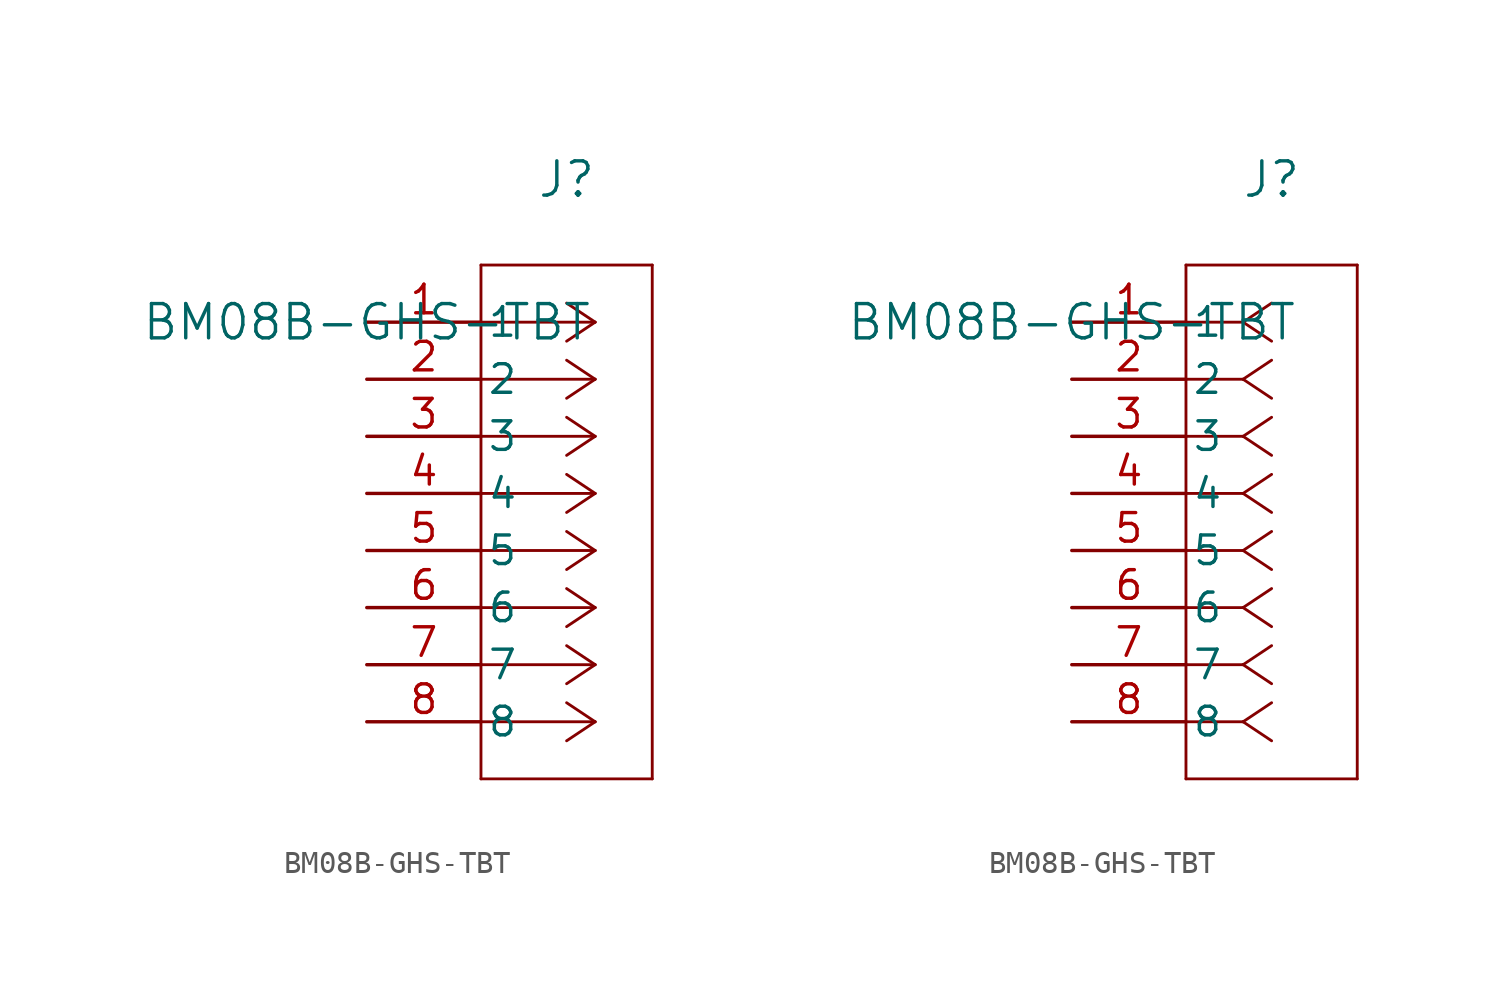
<source format=kicad_sym>
(kicad_symbol_lib
  (version 20211014)
  (generator kicad_symbol_editor)
  (symbol "BM08B-GHS-TBT"
    (pin_names
      (offset 0.254))
    (property "Reference" "J"
      (at 8.89 6.35 0)
      (effects (font (size 1.524 1.524))))
    (property "Value" "BM08B-GHS-TBT"
      (at 0 0 0)
      (effects (font (size 1.524 1.524))))
    (symbol "BM08B-GHS-TBT_1_1"
      (polyline (pts (xy 10.16 0) (xy 5.08 0)) (stroke (width 0.127) (type default) (color 0 0 0 0)) (fill (type none)))
      (polyline (pts (xy 10.16 -2.54) (xy 5.08 -2.54)) (stroke (width 0.127) (type default) (color 0 0 0 0)) (fill (type none)))
      (polyline (pts (xy 10.16 -5.08) (xy 5.08 -5.08)) (stroke (width 0.127) (type default) (color 0 0 0 0)) (fill (type none)))
      (polyline (pts (xy 10.16 -7.62) (xy 5.08 -7.62)) (stroke (width 0.127) (type default) (color 0 0 0 0)) (fill (type none)))
      (polyline (pts (xy 10.16 -10.16) (xy 5.08 -10.16)) (stroke (width 0.127) (type default) (color 0 0 0 0)) (fill (type none)))
      (polyline (pts (xy 10.16 -12.7) (xy 5.08 -12.7)) (stroke (width 0.127) (type default) (color 0 0 0 0)) (fill (type none)))
      (polyline (pts (xy 10.16 -15.24) (xy 5.08 -15.24)) (stroke (width 0.127) (type default) (color 0 0 0 0)) (fill (type none)))
      (polyline (pts (xy 10.16 -17.78) (xy 5.08 -17.78)) (stroke (width 0.127) (type default) (color 0 0 0 0)) (fill (type none)))
      (polyline (pts (xy 10.16 0) (xy 8.89 0.847)) (stroke (width 0.127) (type default) (color 0 0 0 0)) (fill (type none)))
      (polyline (pts (xy 10.16 -2.54) (xy 8.89 -1.693)) (stroke (width 0.127) (type default) (color 0 0 0 0)) (fill (type none)))
      (polyline (pts (xy 10.16 -5.08) (xy 8.89 -4.233)) (stroke (width 0.127) (type default) (color 0 0 0 0)) (fill (type none)))
      (polyline (pts (xy 10.16 -7.62) (xy 8.89 -6.773)) (stroke (width 0.127) (type default) (color 0 0 0 0)) (fill (type none)))
      (polyline (pts (xy 10.16 -10.16) (xy 8.89 -9.313)) (stroke (width 0.127) (type default) (color 0 0 0 0)) (fill (type none)))
      (polyline (pts (xy 10.16 -12.7) (xy 8.89 -11.853)) (stroke (width 0.127) (type default) (color 0 0 0 0)) (fill (type none)))
      (polyline (pts (xy 10.16 -15.24) (xy 8.89 -14.393)) (stroke (width 0.127) (type default) (color 0 0 0 0)) (fill (type none)))
      (polyline (pts (xy 10.16 -17.78) (xy 8.89 -16.933)) (stroke (width 0.127) (type default) (color 0 0 0 0)) (fill (type none)))
      (polyline (pts (xy 10.16 0) (xy 8.89 -0.847)) (stroke (width 0.127) (type default) (color 0 0 0 0)) (fill (type none)))
      (polyline (pts (xy 10.16 -2.54) (xy 8.89 -3.387)) (stroke (width 0.127) (type default) (color 0 0 0 0)) (fill (type none)))
      (polyline (pts (xy 10.16 -5.08) (xy 8.89 -5.927)) (stroke (width 0.127) (type default) (color 0 0 0 0)) (fill (type none)))
      (polyline (pts (xy 10.16 -7.62) (xy 8.89 -8.467)) (stroke (width 0.127) (type default) (color 0 0 0 0)) (fill (type none)))
      (polyline (pts (xy 10.16 -10.16) (xy 8.89 -11.007)) (stroke (width 0.127) (type default) (color 0 0 0 0)) (fill (type none)))
      (polyline (pts (xy 10.16 -12.7) (xy 8.89 -13.547)) (stroke (width 0.127) (type default) (color 0 0 0 0)) (fill (type none)))
      (polyline (pts (xy 10.16 -15.24) (xy 8.89 -16.087)) (stroke (width 0.127) (type default) (color 0 0 0 0)) (fill (type none)))
      (polyline (pts (xy 10.16 -17.78) (xy 8.89 -18.627)) (stroke (width 0.127) (type default) (color 0 0 0 0)) (fill (type none)))
      (polyline (pts (xy 5.08 2.54) (xy 5.08 -20.32)) (stroke (width 0.127) (type default) (color 0 0 0 0)) (fill (type none)))
      (polyline (pts (xy 5.08 -20.32) (xy 12.7 -20.32)) (stroke (width 0.127) (type default) (color 0 0 0 0)) (fill (type none)))
      (polyline (pts (xy 12.7 -20.32) (xy 12.7 2.54)) (stroke (width 0.127) (type default) (color 0 0 0 0)) (fill (type none)))
      (polyline (pts (xy 12.7 2.54) (xy 5.08 2.54)) (stroke (width 0.127) (type default) (color 0 0 0 0)) (fill (type none)))
      (pin unspecified line (at 0 0 0) (length 5.08) (name "1" (effects (font (size 1.27 1.27)))) (number "1" (effects (font (size 1.27 1.27)))))
      (pin unspecified line (at 0 -2.54 0) (length 5.08) (name "2" (effects (font (size 1.27 1.27)))) (number "2" (effects (font (size 1.27 1.27)))))
      (pin unspecified line (at 0 -5.08 0) (length 5.08) (name "3" (effects (font (size 1.27 1.27)))) (number "3" (effects (font (size 1.27 1.27)))))
      (pin unspecified line (at 0 -7.62 0) (length 5.08) (name "4" (effects (font (size 1.27 1.27)))) (number "4" (effects (font (size 1.27 1.27)))))
      (pin unspecified line (at 0 -10.16 0) (length 5.08) (name "5" (effects (font (size 1.27 1.27)))) (number "5" (effects (font (size 1.27 1.27)))))
      (pin unspecified line (at 0 -12.7 0) (length 5.08) (name "6" (effects (font (size 1.27 1.27)))) (number "6" (effects (font (size 1.27 1.27)))))
      (pin unspecified line (at 0 -15.24 0) (length 5.08) (name "7" (effects (font (size 1.27 1.27)))) (number "7" (effects (font (size 1.27 1.27)))))
      (pin unspecified line (at 0 -17.78 0) (length 5.08) (name "8" (effects (font (size 1.27 1.27)))) (number "8" (effects (font (size 1.27 1.27))))))
    (symbol "BM08B-GHS-TBT_1_2"
      (polyline (pts (xy 7.62 0) (xy 5.08 0)) (stroke (width 0.127) (type default) (color 0 0 0 0)) (fill (type none)))
      (polyline (pts (xy 7.62 -2.54) (xy 5.08 -2.54)) (stroke (width 0.127) (type default) (color 0 0 0 0)) (fill (type none)))
      (polyline (pts (xy 7.62 -5.08) (xy 5.08 -5.08)) (stroke (width 0.127) (type default) (color 0 0 0 0)) (fill (type none)))
      (polyline (pts (xy 7.62 -7.62) (xy 5.08 -7.62)) (stroke (width 0.127) (type default) (color 0 0 0 0)) (fill (type none)))
      (polyline (pts (xy 7.62 -10.16) (xy 5.08 -10.16)) (stroke (width 0.127) (type default) (color 0 0 0 0)) (fill (type none)))
      (polyline (pts (xy 7.62 -12.7) (xy 5.08 -12.7)) (stroke (width 0.127) (type default) (color 0 0 0 0)) (fill (type none)))
      (polyline (pts (xy 7.62 -15.24) (xy 5.08 -15.24)) (stroke (width 0.127) (type default) (color 0 0 0 0)) (fill (type none)))
      (polyline (pts (xy 7.62 -17.78) (xy 5.08 -17.78)) (stroke (width 0.127) (type default) (color 0 0 0 0)) (fill (type none)))
      (polyline (pts (xy 7.62 0) (xy 8.89 0.847)) (stroke (width 0.127) (type default) (color 0 0 0 0)) (fill (type none)))
      (polyline (pts (xy 7.62 -2.54) (xy 8.89 -1.693)) (stroke (width 0.127) (type default) (color 0 0 0 0)) (fill (type none)))
      (polyline (pts (xy 7.62 -5.08) (xy 8.89 -4.233)) (stroke (width 0.127) (type default) (color 0 0 0 0)) (fill (type none)))
      (polyline (pts (xy 7.62 -7.62) (xy 8.89 -6.773)) (stroke (width 0.127) (type default) (color 0 0 0 0)) (fill (type none)))
      (polyline (pts (xy 7.62 -10.16) (xy 8.89 -9.313)) (stroke (width 0.127) (type default) (color 0 0 0 0)) (fill (type none)))
      (polyline (pts (xy 7.62 -12.7) (xy 8.89 -11.853)) (stroke (width 0.127) (type default) (color 0 0 0 0)) (fill (type none)))
      (polyline (pts (xy 7.62 -15.24) (xy 8.89 -14.393)) (stroke (width 0.127) (type default) (color 0 0 0 0)) (fill (type none)))
      (polyline (pts (xy 7.62 -17.78) (xy 8.89 -16.933)) (stroke (width 0.127) (type default) (color 0 0 0 0)) (fill (type none)))
      (polyline (pts (xy 7.62 0) (xy 8.89 -0.847)) (stroke (width 0.127) (type default) (color 0 0 0 0)) (fill (type none)))
      (polyline (pts (xy 7.62 -2.54) (xy 8.89 -3.387)) (stroke (width 0.127) (type default) (color 0 0 0 0)) (fill (type none)))
      (polyline (pts (xy 7.62 -5.08) (xy 8.89 -5.927)) (stroke (width 0.127) (type default) (color 0 0 0 0)) (fill (type none)))
      (polyline (pts (xy 7.62 -7.62) (xy 8.89 -8.467)) (stroke (width 0.127) (type default) (color 0 0 0 0)) (fill (type none)))
      (polyline (pts (xy 7.62 -10.16) (xy 8.89 -11.007)) (stroke (width 0.127) (type default) (color 0 0 0 0)) (fill (type none)))
      (polyline (pts (xy 7.62 -12.7) (xy 8.89 -13.547)) (stroke (width 0.127) (type default) (color 0 0 0 0)) (fill (type none)))
      (polyline (pts (xy 7.62 -15.24) (xy 8.89 -16.087)) (stroke (width 0.127) (type default) (color 0 0 0 0)) (fill (type none)))
      (polyline (pts (xy 7.62 -17.78) (xy 8.89 -18.627)) (stroke (width 0.127) (type default) (color 0 0 0 0)) (fill (type none)))
      (polyline (pts (xy 5.08 2.54) (xy 5.08 -20.32)) (stroke (width 0.127) (type default) (color 0 0 0 0)) (fill (type none)))
      (polyline (pts (xy 5.08 -20.32) (xy 12.7 -20.32)) (stroke (width 0.127) (type default) (color 0 0 0 0)) (fill (type none)))
      (polyline (pts (xy 12.7 -20.32) (xy 12.7 2.54)) (stroke (width 0.127) (type default) (color 0 0 0 0)) (fill (type none)))
      (polyline (pts (xy 12.7 2.54) (xy 5.08 2.54)) (stroke (width 0.127) (type default) (color 0 0 0 0)) (fill (type none)))
      (pin unspecified line (at 0 0 0) (length 5.08) (name "1" (effects (font (size 1.27 1.27)))) (number "1" (effects (font (size 1.27 1.27)))))
      (pin unspecified line (at 0 -2.54 0) (length 5.08) (name "2" (effects (font (size 1.27 1.27)))) (number "2" (effects (font (size 1.27 1.27)))))
      (pin unspecified line (at 0 -5.08 0) (length 5.08) (name "3" (effects (font (size 1.27 1.27)))) (number "3" (effects (font (size 1.27 1.27)))))
      (pin unspecified line (at 0 -7.62 0) (length 5.08) (name "4" (effects (font (size 1.27 1.27)))) (number "4" (effects (font (size 1.27 1.27)))))
      (pin unspecified line (at 0 -10.16 0) (length 5.08) (name "5" (effects (font (size 1.27 1.27)))) (number "5" (effects (font (size 1.27 1.27)))))
      (pin unspecified line (at 0 -12.7 0) (length 5.08) (name "6" (effects (font (size 1.27 1.27)))) (number "6" (effects (font (size 1.27 1.27)))))
      (pin unspecified line (at 0 -15.24 0) (length 5.08) (name "7" (effects (font (size 1.27 1.27)))) (number "7" (effects (font (size 1.27 1.27)))))
      (pin unspecified line (at 0 -17.78 0) (length 5.08) (name "8" (effects (font (size 1.27 1.27)))) (number "8" (effects (font (size 1.27 1.27))))))))
</source>
